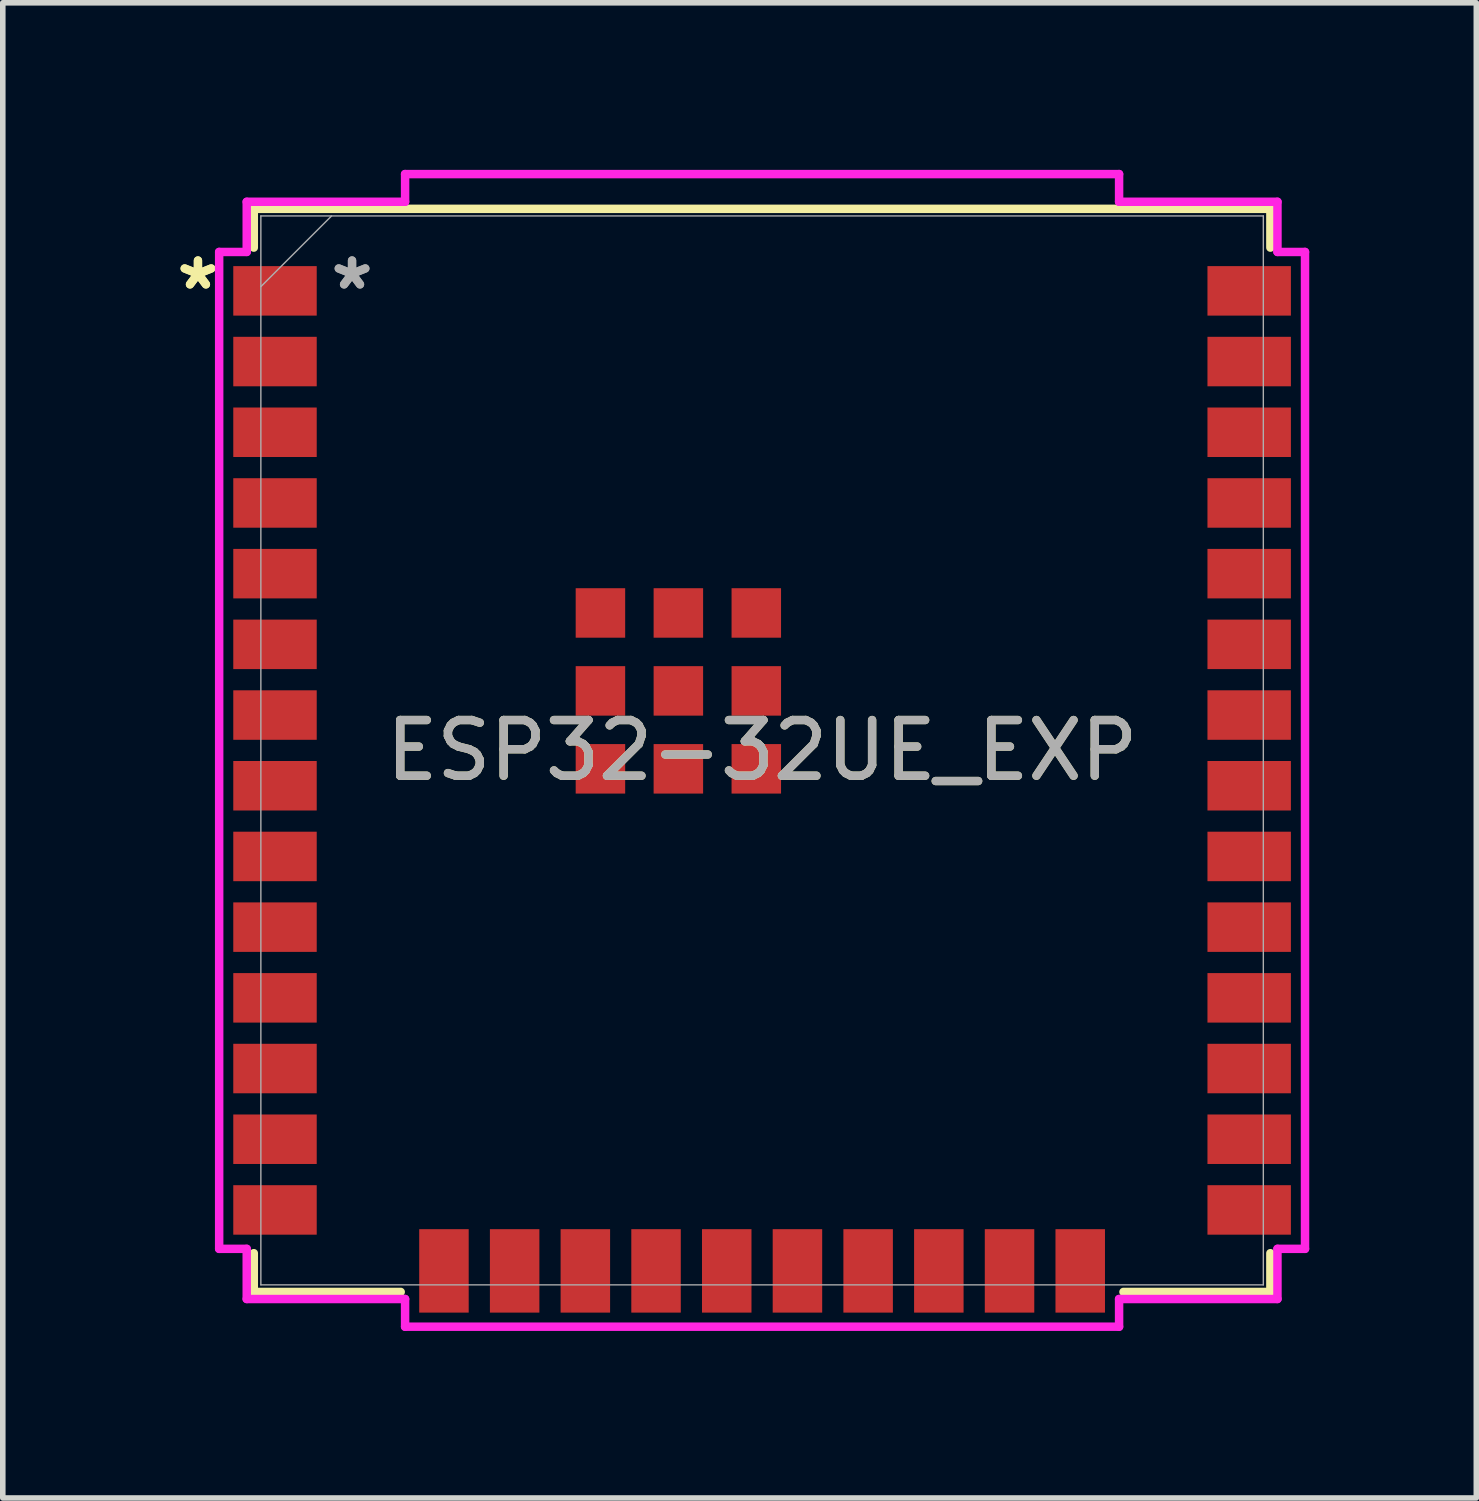
<source format=kicad_pcb>
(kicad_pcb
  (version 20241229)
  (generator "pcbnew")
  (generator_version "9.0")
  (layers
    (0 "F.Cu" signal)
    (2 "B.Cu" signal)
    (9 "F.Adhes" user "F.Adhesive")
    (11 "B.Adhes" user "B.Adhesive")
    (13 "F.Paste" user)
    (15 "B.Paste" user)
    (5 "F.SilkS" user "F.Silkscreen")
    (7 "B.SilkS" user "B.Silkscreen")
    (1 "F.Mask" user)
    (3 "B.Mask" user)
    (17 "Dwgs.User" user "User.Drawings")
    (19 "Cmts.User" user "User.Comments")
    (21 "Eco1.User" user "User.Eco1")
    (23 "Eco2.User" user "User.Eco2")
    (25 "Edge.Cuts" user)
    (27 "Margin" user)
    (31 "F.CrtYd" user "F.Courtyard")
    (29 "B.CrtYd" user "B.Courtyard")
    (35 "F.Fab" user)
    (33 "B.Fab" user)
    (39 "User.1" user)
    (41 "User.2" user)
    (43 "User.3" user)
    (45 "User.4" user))
  (footprint "ESP32-32UE_EXP"
    (layer "F.Cu")
    (at 10.64 10.43)
    (property "Reference" "ESP32-32UE_EXP" (at 0 0 0) (unlocked yes) (layer "F.SilkS") (effects (font (size 1 1) (thickness 0.15))))
    (attr smd)
    (fp_line (start -9.131 -9.728) (end -9.131 -9.032) (stroke (width 0.152) (type solid)) (layer "F.SilkS"))
    (fp_line (start -9.131 9.032) (end -9.131 9.728) (stroke (width 0.152) (type solid)) (layer "F.SilkS"))
    (fp_line (start -9.131 9.728) (end -6.492 9.728) (stroke (width 0.152) (type solid)) (layer "F.SilkS"))
    (fp_line (start 6.492 9.728) (end 9.131 9.728) (stroke (width 0.152) (type solid)) (layer "F.SilkS"))
    (fp_line (start 9.131 -9.728) (end -9.131 -9.728) (stroke (width 0.152) (type solid)) (layer "F.SilkS"))
    (fp_line (start 9.131 -9.032) (end 9.131 -9.728) (stroke (width 0.152) (type solid)) (layer "F.SilkS"))
    (fp_line (start 9.131 9.728) (end 9.131 9.032) (stroke (width 0.152) (type solid)) (layer "F.SilkS"))
    (fp_line (start -9.753 -8.954) (end -9.258 -8.954) (stroke (width 0.152) (type solid)) (layer "F.CrtYd"))
    (fp_line (start -9.753 8.954) (end -9.753 -8.954) (stroke (width 0.152) (type solid)) (layer "F.CrtYd"))
    (fp_line (start -9.258 -9.855) (end -6.413 -9.855) (stroke (width 0.152) (type solid)) (layer "F.CrtYd"))
    (fp_line (start -9.258 -8.954) (end -9.258 -9.855) (stroke (width 0.152) (type solid)) (layer "F.CrtYd"))
    (fp_line (start -9.258 8.954) (end -9.753 8.954) (stroke (width 0.152) (type solid)) (layer "F.CrtYd"))
    (fp_line (start -9.258 9.855) (end -9.258 8.954) (stroke (width 0.152) (type solid)) (layer "F.CrtYd"))
    (fp_line (start -6.413 -10.353) (end 6.413 -10.353) (stroke (width 0.152) (type solid)) (layer "F.CrtYd"))
    (fp_line (start -6.413 -9.855) (end -6.413 -10.353) (stroke (width 0.152) (type solid)) (layer "F.CrtYd"))
    (fp_line (start -6.413 9.855) (end -9.258 9.855) (stroke (width 0.152) (type solid)) (layer "F.CrtYd"))
    (fp_line (start -6.413 10.353) (end -6.413 9.855) (stroke (width 0.152) (type solid)) (layer "F.CrtYd"))
    (fp_line (start 6.413 -10.353) (end 6.413 -9.855) (stroke (width 0.152) (type solid)) (layer "F.CrtYd"))
    (fp_line (start 6.413 -9.855) (end 9.258 -9.855) (stroke (width 0.152) (type solid)) (layer "F.CrtYd"))
    (fp_line (start 6.413 9.855) (end 6.413 10.353) (stroke (width 0.152) (type solid)) (layer "F.CrtYd"))
    (fp_line (start 6.413 10.353) (end -6.413 10.353) (stroke (width 0.152) (type solid)) (layer "F.CrtYd"))
    (fp_line (start 9.258 -9.855) (end 9.258 -8.954) (stroke (width 0.152) (type solid)) (layer "F.CrtYd"))
    (fp_line (start 9.258 -8.954) (end 9.753 -8.954) (stroke (width 0.152) (type solid)) (layer "F.CrtYd"))
    (fp_line (start 9.258 8.954) (end 9.258 9.855) (stroke (width 0.152) (type solid)) (layer "F.CrtYd"))
    (fp_line (start 9.258 9.855) (end 6.413 9.855) (stroke (width 0.152) (type solid)) (layer "F.CrtYd"))
    (fp_line (start 9.753 -8.954) (end 9.753 8.954) (stroke (width 0.152) (type solid)) (layer "F.CrtYd"))
    (fp_line (start 9.753 8.954) (end 9.258 8.954) (stroke (width 0.152) (type solid)) (layer "F.CrtYd"))
    (fp_line (start -9.004 -9.601) (end -9.004 9.601) (stroke (width 0.025) (type solid)) (layer "F.Fab"))
    (fp_line (start -9.004 -8.331) (end -7.734 -9.601) (stroke (width 0.025) (type solid)) (layer "F.Fab"))
    (fp_line (start -9.004 9.601) (end 9.004 9.601) (stroke (width 0.025) (type solid)) (layer "F.Fab"))
    (fp_line (start 9.004 -9.601) (end -9.004 -9.601) (stroke (width 0.025) (type solid)) (layer "F.Fab"))
    (fp_line (start 9.004 9.601) (end 9.004 -9.601) (stroke (width 0.025) (type solid)) (layer "F.Fab"))
    (fp_text user "*" (at -10.134 -8.255 0) (layer "F.SilkS") (effects (font (size 1 1) (thickness 0.15))))
    (fp_text user "*" (at -10.134 -8.255 0) (unlocked yes) (layer "F.SilkS") (effects (font (size 1 1) (thickness 0.15))))
    (fp_text user "${REFERENCE}" (at 0 0 0) (unlocked yes) (layer "F.Fab") (effects (font (size 1 1) (thickness 0.15))))
    (fp_text user "*" (at -7.366 -8.255 0) (layer "F.Fab") (effects (font (size 1 1) (thickness 0.15))))
    (fp_text user "*" (at -7.366 -8.255 0) (unlocked yes) (layer "F.Fab") (effects (font (size 1 1) (thickness 0.15))))
    (pad "1" smd rect (at -8.75 -8.255) (size 1.499 0.889) (layers "F.Cu" "F.Mask" "F.Paste"))
    (pad "2" smd rect (at -8.75 -6.985) (size 1.499 0.889) (layers "F.Cu" "F.Mask" "F.Paste"))
    (pad "3" smd rect (at -8.75 -5.715) (size 1.499 0.889) (layers "F.Cu" "F.Mask" "F.Paste"))
    (pad "4" smd rect (at -8.75 -4.445) (size 1.499 0.889) (layers "F.Cu" "F.Mask" "F.Paste"))
    (pad "5" smd rect (at -8.75 -3.175) (size 1.499 0.889) (layers "F.Cu" "F.Mask" "F.Paste"))
    (pad "6" smd rect (at -8.75 -1.905) (size 1.499 0.889) (layers "F.Cu" "F.Mask" "F.Paste"))
    (pad "7" smd rect (at -8.75 -0.635) (size 1.499 0.889) (layers "F.Cu" "F.Mask" "F.Paste"))
    (pad "8" smd rect (at -8.75 0.635) (size 1.499 0.889) (layers "F.Cu" "F.Mask" "F.Paste"))
    (pad "9" smd rect (at -8.75 1.905) (size 1.499 0.889) (layers "F.Cu" "F.Mask" "F.Paste"))
    (pad "10" smd rect (at -8.75 3.175) (size 1.499 0.889) (layers "F.Cu" "F.Mask" "F.Paste"))
    (pad "11" smd rect (at -8.75 4.445) (size 1.499 0.889) (layers "F.Cu" "F.Mask" "F.Paste"))
    (pad "12" smd rect (at -8.75 5.715) (size 1.499 0.889) (layers "F.Cu" "F.Mask" "F.Paste"))
    (pad "13" smd rect (at -8.75 6.985) (size 1.499 0.889) (layers "F.Cu" "F.Mask" "F.Paste"))
    (pad "14" smd rect (at -8.75 8.255) (size 1.499 0.889) (layers "F.Cu" "F.Mask" "F.Paste"))
    (pad "15" smd rect (at -5.715 9.35 90) (size 1.499 0.889) (layers "F.Cu" "F.Mask" "F.Paste"))
    (pad "16" smd rect (at -4.445 9.35 90) (size 1.499 0.889) (layers "F.Cu" "F.Mask" "F.Paste"))
    (pad "17" smd rect (at -3.175 9.35 90) (size 1.499 0.889) (layers "F.Cu" "F.Mask" "F.Paste"))
    (pad "18" smd rect (at -1.905 9.35 90) (size 1.499 0.889) (layers "F.Cu" "F.Mask" "F.Paste"))
    (pad "19" smd rect (at -0.635 9.35 90) (size 1.499 0.889) (layers "F.Cu" "F.Mask" "F.Paste"))
    (pad "20" smd rect (at 0.635 9.35 90) (size 1.499 0.889) (layers "F.Cu" "F.Mask" "F.Paste"))
    (pad "21" smd rect (at 1.905 9.35 90) (size 1.499 0.889) (layers "F.Cu" "F.Mask" "F.Paste"))
    (pad "22" smd rect (at 3.175 9.35 90) (size 1.499 0.889) (layers "F.Cu" "F.Mask" "F.Paste"))
    (pad "23" smd rect (at 4.445 9.35 90) (size 1.499 0.889) (layers "F.Cu" "F.Mask" "F.Paste"))
    (pad "24" smd rect (at 5.715 9.35 90) (size 1.499 0.889) (layers "F.Cu" "F.Mask" "F.Paste"))
    (pad "25" smd rect (at 8.75 8.255) (size 1.499 0.889) (layers "F.Cu" "F.Mask" "F.Paste"))
    (pad "26" smd rect (at 8.75 6.985) (size 1.499 0.889) (layers "F.Cu" "F.Mask" "F.Paste"))
    (pad "27" smd rect (at 8.75 5.715) (size 1.499 0.889) (layers "F.Cu" "F.Mask" "F.Paste"))
    (pad "28" smd rect (at 8.75 4.445) (size 1.499 0.889) (layers "F.Cu" "F.Mask" "F.Paste"))
    (pad "29" smd rect (at 8.75 3.175) (size 1.499 0.889) (layers "F.Cu" "F.Mask" "F.Paste"))
    (pad "30" smd rect (at 8.75 1.905) (size 1.499 0.889) (layers "F.Cu" "F.Mask" "F.Paste"))
    (pad "31" smd rect (at 8.75 0.635) (size 1.499 0.889) (layers "F.Cu" "F.Mask" "F.Paste"))
    (pad "32" smd rect (at 8.75 -0.635) (size 1.499 0.889) (layers "F.Cu" "F.Mask" "F.Paste"))
    (pad "33" smd rect (at 8.75 -1.905) (size 1.499 0.889) (layers "F.Cu" "F.Mask" "F.Paste"))
    (pad "34" smd rect (at 8.75 -3.175) (size 1.499 0.889) (layers "F.Cu" "F.Mask" "F.Paste"))
    (pad "35" smd rect (at 8.75 -4.445) (size 1.499 0.889) (layers "F.Cu" "F.Mask" "F.Paste"))
    (pad "36" smd rect (at 8.75 -5.715) (size 1.499 0.889) (layers "F.Cu" "F.Mask" "F.Paste"))
    (pad "37" smd rect (at 8.75 -6.985) (size 1.499 0.889) (layers "F.Cu" "F.Mask" "F.Paste"))
    (pad "38" smd rect (at 8.75 -8.255) (size 1.499 0.889) (layers "F.Cu" "F.Mask" "F.Paste"))
    (pad "39" smd rect (at -1.504 -1.069) (size 0.889 0.889) (layers "F.Cu" "F.Mask" "F.Paste"))
    (pad "40" smd rect (at -2.904 -2.469) (size 0.889 0.889) (layers "F.Cu" "F.Mask" "F.Paste"))
    (pad "41" smd rect (at -2.904 -1.069) (size 0.889 0.889) (layers "F.Cu" "F.Mask" "F.Paste"))
    (pad "42" smd rect (at -2.904 0.331) (size 0.889 0.889) (layers "F.Cu" "F.Mask" "F.Paste"))
    (pad "43" smd rect (at -1.504 0.331) (size 0.889 0.889) (layers "F.Cu" "F.Mask" "F.Paste"))
    (pad "44" smd rect (at -1.504 -2.469) (size 0.889 0.889) (layers "F.Cu" "F.Mask" "F.Paste"))
    (pad "45" smd rect (at -0.104 -2.469) (size 0.889 0.889) (layers "F.Cu" "F.Mask" "F.Paste"))
    (pad "46" smd rect (at -0.104 -1.069) (size 0.889 0.889) (layers "F.Cu" "F.Mask" "F.Paste"))
    (pad "47" smd rect (at -0.104 0.331) (size 0.889 0.889) (layers "F.Cu" "F.Mask" "F.Paste")))
  (gr_rect
    (start -3 -3)
    (end 23.47 23.859)
    (stroke (width 0.1) (type default))
    (fill no)
    (layer "Edge.Cuts")))
</source>
